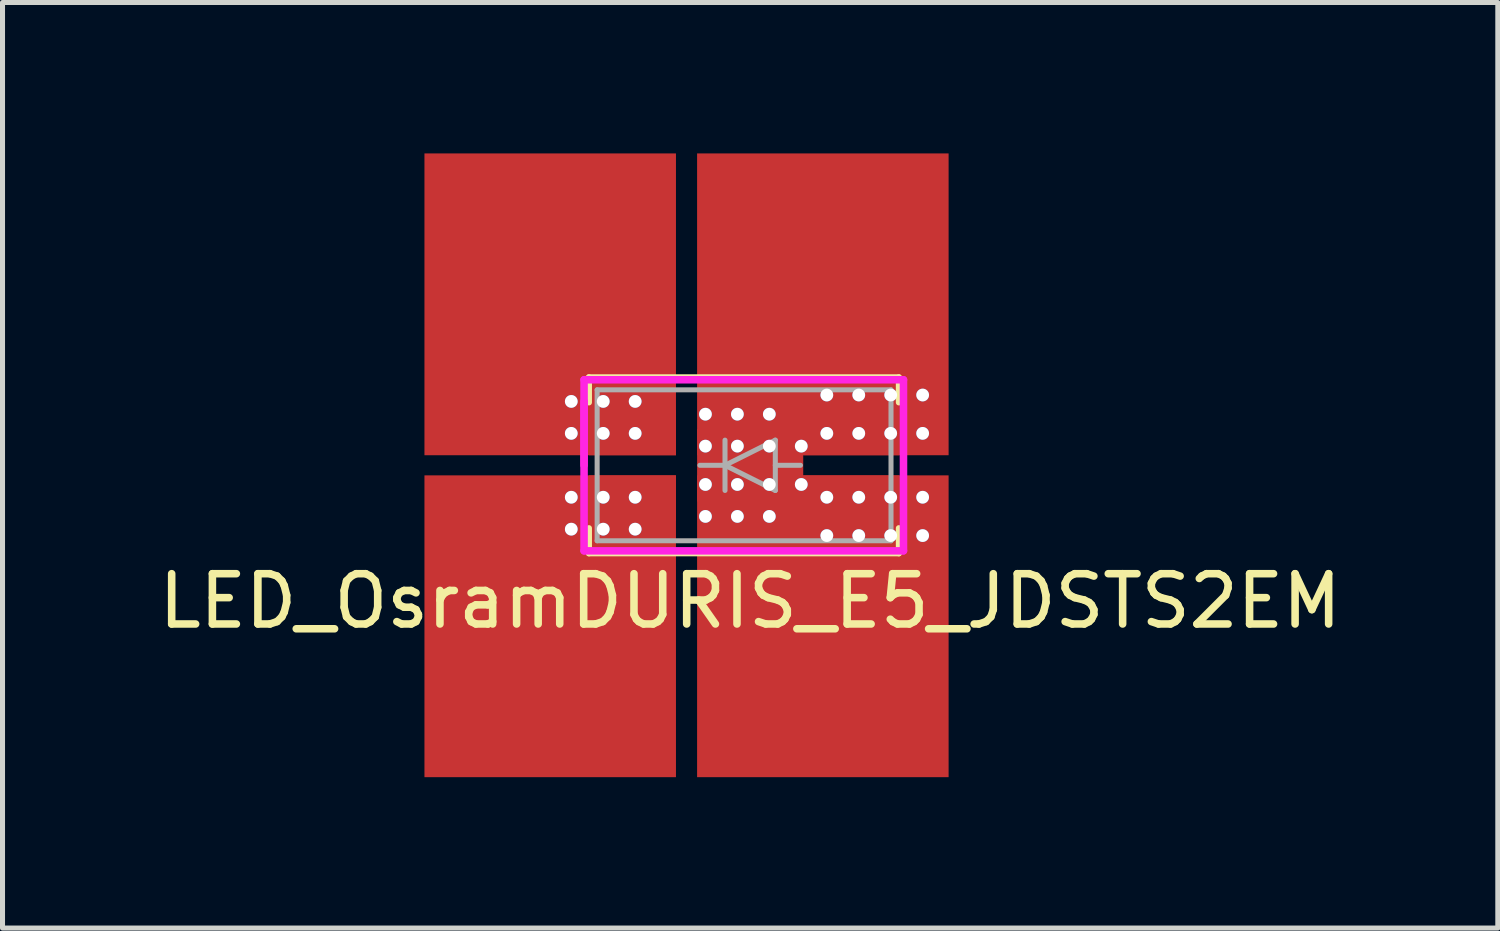
<source format=kicad_pcb>
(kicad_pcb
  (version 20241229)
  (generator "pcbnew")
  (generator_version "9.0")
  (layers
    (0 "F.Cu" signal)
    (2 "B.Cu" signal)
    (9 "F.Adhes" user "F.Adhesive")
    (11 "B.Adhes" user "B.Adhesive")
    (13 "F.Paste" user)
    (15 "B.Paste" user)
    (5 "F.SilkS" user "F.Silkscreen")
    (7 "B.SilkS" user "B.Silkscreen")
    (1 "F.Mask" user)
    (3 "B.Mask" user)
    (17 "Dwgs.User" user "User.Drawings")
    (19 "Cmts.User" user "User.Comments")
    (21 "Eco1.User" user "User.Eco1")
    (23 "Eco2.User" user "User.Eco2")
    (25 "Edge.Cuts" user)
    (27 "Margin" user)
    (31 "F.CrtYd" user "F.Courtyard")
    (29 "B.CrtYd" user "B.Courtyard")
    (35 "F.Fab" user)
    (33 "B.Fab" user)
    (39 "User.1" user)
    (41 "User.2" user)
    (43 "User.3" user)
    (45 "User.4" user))
  (footprint "LED_OsramDURIS_E5_JDSTS2EM"
    (layer "F.Cu")
    (at 11.863 6.2)
    (property "Reference" "LED_OsramDURIS_E5_JDSTS2EM" (at 0 2.7 0) (layer "F.SilkS") (effects (font (size 1 1) (thickness 0.15))))
    (attr smd)
    (fp_line (start -3.155 -1.05) (end -3.155 -0.25) (stroke (width 0.15) (type solid)) (layer "F.Mask"))
    (fp_line (start -3.155 -0.25) (end -1.525 -0.25) (stroke (width 0.15) (type solid)) (layer "F.Mask"))
    (fp_line (start -3.155 0.25) (end -1.525 0.25) (stroke (width 0.15) (type solid)) (layer "F.Mask"))
    (fp_line (start -3.155 1.05) (end -3.155 0.25) (stroke (width 0.15) (type solid)) (layer "F.Mask"))
    (fp_line (start -1.525 -1.05) (end -3.155 -1.05) (stroke (width 0.15) (type solid)) (layer "F.Mask"))
    (fp_line (start -1.525 -0.25) (end -1.525 -1.05) (stroke (width 0.15) (type solid)) (layer "F.Mask"))
    (fp_line (start -1.525 0.25) (end -1.525 1.05) (stroke (width 0.15) (type solid)) (layer "F.Mask"))
    (fp_line (start -1.525 1.05) (end -3.155 1.05) (stroke (width 0.15) (type solid)) (layer "F.Mask"))
    (fp_line (start -1.005 -0.65) (end 1.096 -0.65) (stroke (width 0.15) (type solid)) (layer "F.Mask"))
    (fp_line (start -1.005 0.65) (end -1.005 -0.65) (stroke (width 0.15) (type solid)) (layer "F.Mask"))
    (fp_line (start 0.996 -0.25) (end 0.996 0.25) (stroke (width 0.15) (type solid)) (layer "F.Mask"))
    (fp_line (start 0.996 0.25) (end 2.906 0.25) (stroke (width 0.15) (type solid)) (layer "F.Mask"))
    (fp_line (start 1.096 -1.05) (end 2.906 -1.05) (stroke (width 0.15) (type solid)) (layer "F.Mask"))
    (fp_line (start 1.096 -0.65) (end 1.096 -1.05) (stroke (width 0.15) (type solid)) (layer "F.Mask"))
    (fp_line (start 1.096 0.65) (end -1.005 0.65) (stroke (width 0.15) (type solid)) (layer "F.Mask"))
    (fp_line (start 1.096 1.05) (end 1.096 0.65) (stroke (width 0.15) (type solid)) (layer "F.Mask"))
    (fp_line (start 2.906 -1.05) (end 2.906 -0.25) (stroke (width 0.15) (type solid)) (layer "F.Mask"))
    (fp_line (start 2.906 -0.25) (end 0.996 -0.25) (stroke (width 0.15) (type solid)) (layer "F.Mask"))
    (fp_line (start 2.906 0.25) (end 2.906 1.05) (stroke (width 0.15) (type solid)) (layer "F.Mask"))
    (fp_line (start 2.906 1.05) (end 1.096 1.05) (stroke (width 0.15) (type solid)) (layer "F.Mask"))
    (fp_line (start -3.205 -1.75) (end -3.205 -1.25) (stroke (width 0.12) (type solid)) (layer "F.SilkS"))
    (fp_line (start -3.205 1.25) (end -3.205 1.75) (stroke (width 0.12) (type solid)) (layer "F.SilkS"))
    (fp_line (start -3.205 1.75) (end 2.956 1.75) (stroke (width 0.12) (type solid)) (layer "F.SilkS"))
    (fp_line (start 2.956 -1.75) (end -3.205 -1.75) (stroke (width 0.12) (type solid)) (layer "F.SilkS"))
    (fp_line (start 2.956 -1.75) (end 2.956 -1.25) (stroke (width 0.12) (type solid)) (layer "F.SilkS"))
    (fp_line (start 2.956 1.75) (end 2.956 1.25) (stroke (width 0.12) (type solid)) (layer "F.SilkS"))
    (fp_line (start -3.205 -1.1) (end -1.475 -1.1) (stroke (width 0.15) (type solid)) (layer "F.Paste"))
    (fp_line (start -3.205 -0.2) (end -3.205 -1.1) (stroke (width 0.15) (type solid)) (layer "F.Paste"))
    (fp_line (start -3.205 0.2) (end -1.475 0.2) (stroke (width 0.15) (type solid)) (layer "F.Paste"))
    (fp_line (start -3.205 1.1) (end -3.205 0.2) (stroke (width 0.15) (type solid)) (layer "F.Paste"))
    (fp_line (start -1.475 -1.1) (end -1.475 -0.2) (stroke (width 0.15) (type solid)) (layer "F.Paste"))
    (fp_line (start -1.475 -0.2) (end -3.205 -0.2) (stroke (width 0.15) (type solid)) (layer "F.Paste"))
    (fp_line (start -1.475 0.2) (end -1.475 1.1) (stroke (width 0.15) (type solid)) (layer "F.Paste"))
    (fp_line (start -1.475 1.1) (end -3.205 1.1) (stroke (width 0.15) (type solid)) (layer "F.Paste"))
    (fp_line (start -1.055 -0.7) (end 1.046 -0.7) (stroke (width 0.15) (type solid)) (layer "F.Paste"))
    (fp_line (start -1.055 0.7) (end -1.055 -0.7) (stroke (width 0.15) (type solid)) (layer "F.Paste"))
    (fp_line (start 1.046 -1.1) (end 2.956 -1.1) (stroke (width 0.15) (type solid)) (layer "F.Paste"))
    (fp_line (start 1.046 -0.7) (end 1.046 -1.1) (stroke (width 0.15) (type solid)) (layer "F.Paste"))
    (fp_line (start 1.046 -0.2) (end 1.046 0.2) (stroke (width 0.15) (type solid)) (layer "F.Paste"))
    (fp_line (start 1.046 0.2) (end 2.956 0.2) (stroke (width 0.15) (type solid)) (layer "F.Paste"))
    (fp_line (start 1.046 0.7) (end -1.055 0.7) (stroke (width 0.15) (type solid)) (layer "F.Paste"))
    (fp_line (start 1.046 1.1) (end 1.046 0.7) (stroke (width 0.15) (type solid)) (layer "F.Paste"))
    (fp_line (start 2.956 -1.1) (end 2.956 -0.2) (stroke (width 0.15) (type solid)) (layer "F.Paste"))
    (fp_line (start 2.956 -0.2) (end 1.046 -0.2) (stroke (width 0.15) (type solid)) (layer "F.Paste"))
    (fp_line (start 2.956 0.2) (end 2.956 1.1) (stroke (width 0.15) (type solid)) (layer "F.Paste"))
    (fp_line (start 2.956 1.1) (end 1.046 1.1) (stroke (width 0.15) (type solid)) (layer "F.Paste"))
    (fp_line (start -3.302 -1.7) (end 3.048 -1.7) (stroke (width 0.15) (type solid)) (layer "F.CrtYd"))
    (fp_line (start -3.302 -1.27) (end -3.302 0) (stroke (width 0.15) (type solid)) (layer "F.CrtYd"))
    (fp_line (start -3.302 1.7) (end -3.302 -1.7) (stroke (width 0.15) (type solid)) (layer "F.CrtYd"))
    (fp_line (start 3.048 -1.7) (end 3.048 1.7) (stroke (width 0.15) (type solid)) (layer "F.CrtYd"))
    (fp_line (start 3.048 1.7) (end -3.302 1.7) (stroke (width 0.15) (type solid)) (layer "F.CrtYd"))
    (fp_line (start -3.042 -1.5) (end 2.8 -1.5) (stroke (width 0.1) (type solid)) (layer "F.Fab"))
    (fp_line (start -3.042 1.5) (end -3.042 -1.5) (stroke (width 0.1) (type solid)) (layer "F.Fab"))
    (fp_line (start -1 0) (end -0.5 0) (stroke (width 0.1) (type solid)) (layer "F.Fab"))
    (fp_line (start -0.5 -0.5) (end -0.5 0.5) (stroke (width 0.1) (type solid)) (layer "F.Fab"))
    (fp_line (start -0.5 0) (end 0.5 -0.5) (stroke (width 0.1) (type solid)) (layer "F.Fab"))
    (fp_line (start 0.5 -0.5) (end 0.5 0.5) (stroke (width 0.1) (type solid)) (layer "F.Fab"))
    (fp_line (start 0.5 0.5) (end -0.5 0) (stroke (width 0.1) (type solid)) (layer "F.Fab"))
    (fp_line (start 1 0) (end 0.5 0) (stroke (width 0.1) (type solid)) (layer "F.Fab"))
    (fp_line (start 2.8 -1.5) (end 2.8 1.5) (stroke (width 0.1) (type solid)) (layer "F.Fab"))
    (fp_line (start 2.8 1.5) (end -3.042 1.5) (stroke (width 0.1) (type solid)) (layer "F.Fab"))
    (pad "1" smd rect (at -3.975 -3.2) (size 5 6) (layers "F.Cu" "F.Mask"))
    (pad "1" smd rect (at -3.975 3.2) (size 5 6) (layers "F.Cu" "F.Mask"))
    (pad "1" thru_hole circle (at -3.556 -1.27) (size 0.254 0.254) (drill 0.254) (layers "*.Cu"))
    (pad "1" thru_hole circle (at -3.556 -0.635) (size 0.254 0.254) (drill 0.254) (layers "*.Cu"))
    (pad "1" thru_hole circle (at -3.556 0.635) (size 0.254 0.254) (drill 0.254) (layers "*.Cu"))
    (pad "1" thru_hole circle (at -3.556 1.27) (size 0.254 0.254) (drill 0.254) (layers "*.Cu"))
    (pad "1" thru_hole circle (at -2.921 -1.27) (size 0.254 0.254) (drill 0.254) (layers "*.Cu"))
    (pad "1" thru_hole circle (at -2.921 -0.635) (size 0.254 0.254) (drill 0.254) (layers "*.Cu"))
    (pad "1" thru_hole circle (at -2.921 0.635) (size 0.254 0.254) (drill 0.254) (layers "*.Cu"))
    (pad "1" thru_hole circle (at -2.921 1.27) (size 0.254 0.254) (drill 0.254) (layers "*.Cu"))
    (pad "1" smd rect (at -2.34 -0.65) (size 1.73 0.9) (layers "F.Cu" "F.Mask" "F.Paste"))
    (pad "1" smd rect (at -2.34 0.65) (size 1.73 0.9) (layers "F.Cu" "F.Mask" "F.Paste"))
    (pad "1" thru_hole circle (at -2.286 -1.27) (size 0.254 0.254) (drill 0.254) (layers "*.Cu"))
    (pad "1" thru_hole circle (at -2.286 -0.635) (size 0.254 0.254) (drill 0.254) (layers "*.Cu"))
    (pad "1" thru_hole circle (at -2.286 0.635) (size 0.254 0.254) (drill 0.254) (layers "*.Cu"))
    (pad "1" thru_hole circle (at -2.286 1.27) (size 0.254 0.254) (drill 0.254) (layers "*.Cu"))
    (pad "2" thru_hole circle (at -0.889 -1.016) (size 0.254 0.254) (drill 0.254) (layers "*.Cu"))
    (pad "2" thru_hole circle (at -0.889 -0.381) (size 0.254 0.254) (drill 0.254) (layers "*.Cu"))
    (pad "2" thru_hole circle (at -0.889 0.381) (size 0.254 0.254) (drill 0.254) (layers "*.Cu"))
    (pad "2" thru_hole circle (at -0.889 1.016) (size 0.254 0.254) (drill 0.254) (layers "*.Cu"))
    (pad "2" thru_hole circle (at -0.254 -1.016) (size 0.254 0.254) (drill 0.254) (layers "*.Cu"))
    (pad "2" thru_hole circle (at -0.254 -0.381) (size 0.254 0.254) (drill 0.254) (layers "*.Cu"))
    (pad "2" thru_hole circle (at -0.254 0.381) (size 0.254 0.254) (drill 0.254) (layers "*.Cu"))
    (pad "2" thru_hole circle (at -0.254 1.016) (size 0.254 0.254) (drill 0.254) (layers "*.Cu"))
    (pad "2" smd rect (at 0 0) (size 2.11 1.44) (layers "F.Cu" "F.Mask" "F.Paste"))
    (pad "2" thru_hole circle (at 0.381 -1.016) (size 0.254 0.254) (drill 0.254) (layers "*.Cu"))
    (pad "2" thru_hole circle (at 0.381 -0.381) (size 0.254 0.254) (drill 0.254) (layers "*.Cu"))
    (pad "2" thru_hole circle (at 0.381 0.381) (size 0.254 0.254) (drill 0.254) (layers "*.Cu"))
    (pad "2" thru_hole circle (at 0.381 1.016) (size 0.254 0.254) (drill 0.254) (layers "*.Cu"))
    (pad "2" thru_hole circle (at 1.016 -0.381) (size 0.254 0.254) (drill 0.254) (layers "*.Cu"))
    (pad "2" thru_hole circle (at 1.016 0.381) (size 0.254 0.254) (drill 0.254) (layers "*.Cu"))
    (pad "2" smd rect (at 1.445 -3.2) (size 5 6) (layers "F.Cu" "F.Mask"))
    (pad "2" smd rect (at 1.445 3.2) (size 5 6) (layers "F.Cu" "F.Mask"))
    (pad "2" thru_hole circle (at 1.524 -1.397) (size 0.254 0.254) (drill 0.254) (layers "*.Cu"))
    (pad "2" thru_hole circle (at 1.524 -0.635) (size 0.254 0.254) (drill 0.254) (layers "*.Cu"))
    (pad "2" thru_hole circle (at 1.524 0.635) (size 0.254 0.254) (drill 0.254) (layers "*.Cu"))
    (pad "2" thru_hole circle (at 1.524 1.397) (size 0.254 0.254) (drill 0.254) (layers "*.Cu"))
    (pad "2" smd rect (at 2.01 -0.65) (size 1.91 0.9) (layers "F.Cu" "F.Mask" "F.Paste"))
    (pad "2" smd rect (at 2.01 0.65) (size 1.91 0.9) (layers "F.Cu" "F.Mask" "F.Paste"))
    (pad "2" thru_hole circle (at 2.159 -1.397) (size 0.254 0.254) (drill 0.254) (layers "*.Cu"))
    (pad "2" thru_hole circle (at 2.159 -0.635) (size 0.254 0.254) (drill 0.254) (layers "*.Cu"))
    (pad "2" thru_hole circle (at 2.159 0.635) (size 0.254 0.254) (drill 0.254) (layers "*.Cu"))
    (pad "2" thru_hole circle (at 2.159 1.397) (size 0.254 0.254) (drill 0.254) (layers "*.Cu"))
    (pad "2" thru_hole circle (at 2.794 -1.397) (size 0.254 0.254) (drill 0.254) (layers "*.Cu"))
    (pad "2" thru_hole circle (at 2.794 -0.635) (size 0.254 0.254) (drill 0.254) (layers "*.Cu"))
    (pad "2" thru_hole circle (at 2.794 0.635) (size 0.254 0.254) (drill 0.254) (layers "*.Cu"))
    (pad "2" thru_hole circle (at 2.794 1.397) (size 0.254 0.254) (drill 0.254) (layers "*.Cu"))
    (pad "2" thru_hole circle (at 3.429 -1.397) (size 0.254 0.254) (drill 0.254) (layers "*.Cu"))
    (pad "2" thru_hole circle (at 3.429 -0.635) (size 0.254 0.254) (drill 0.254) (layers "*.Cu"))
    (pad "2" thru_hole circle (at 3.429 0.635) (size 0.254 0.254) (drill 0.254) (layers "*.Cu"))
    (pad "2" thru_hole circle (at 3.429 1.397) (size 0.254 0.254) (drill 0.254) (layers "*.Cu")))
  (gr_rect
    (start -3 -3)
    (end 26.726 15.4)
    (stroke (width 0.1) (type default))
    (fill no)
    (layer "Edge.Cuts")))
</source>
